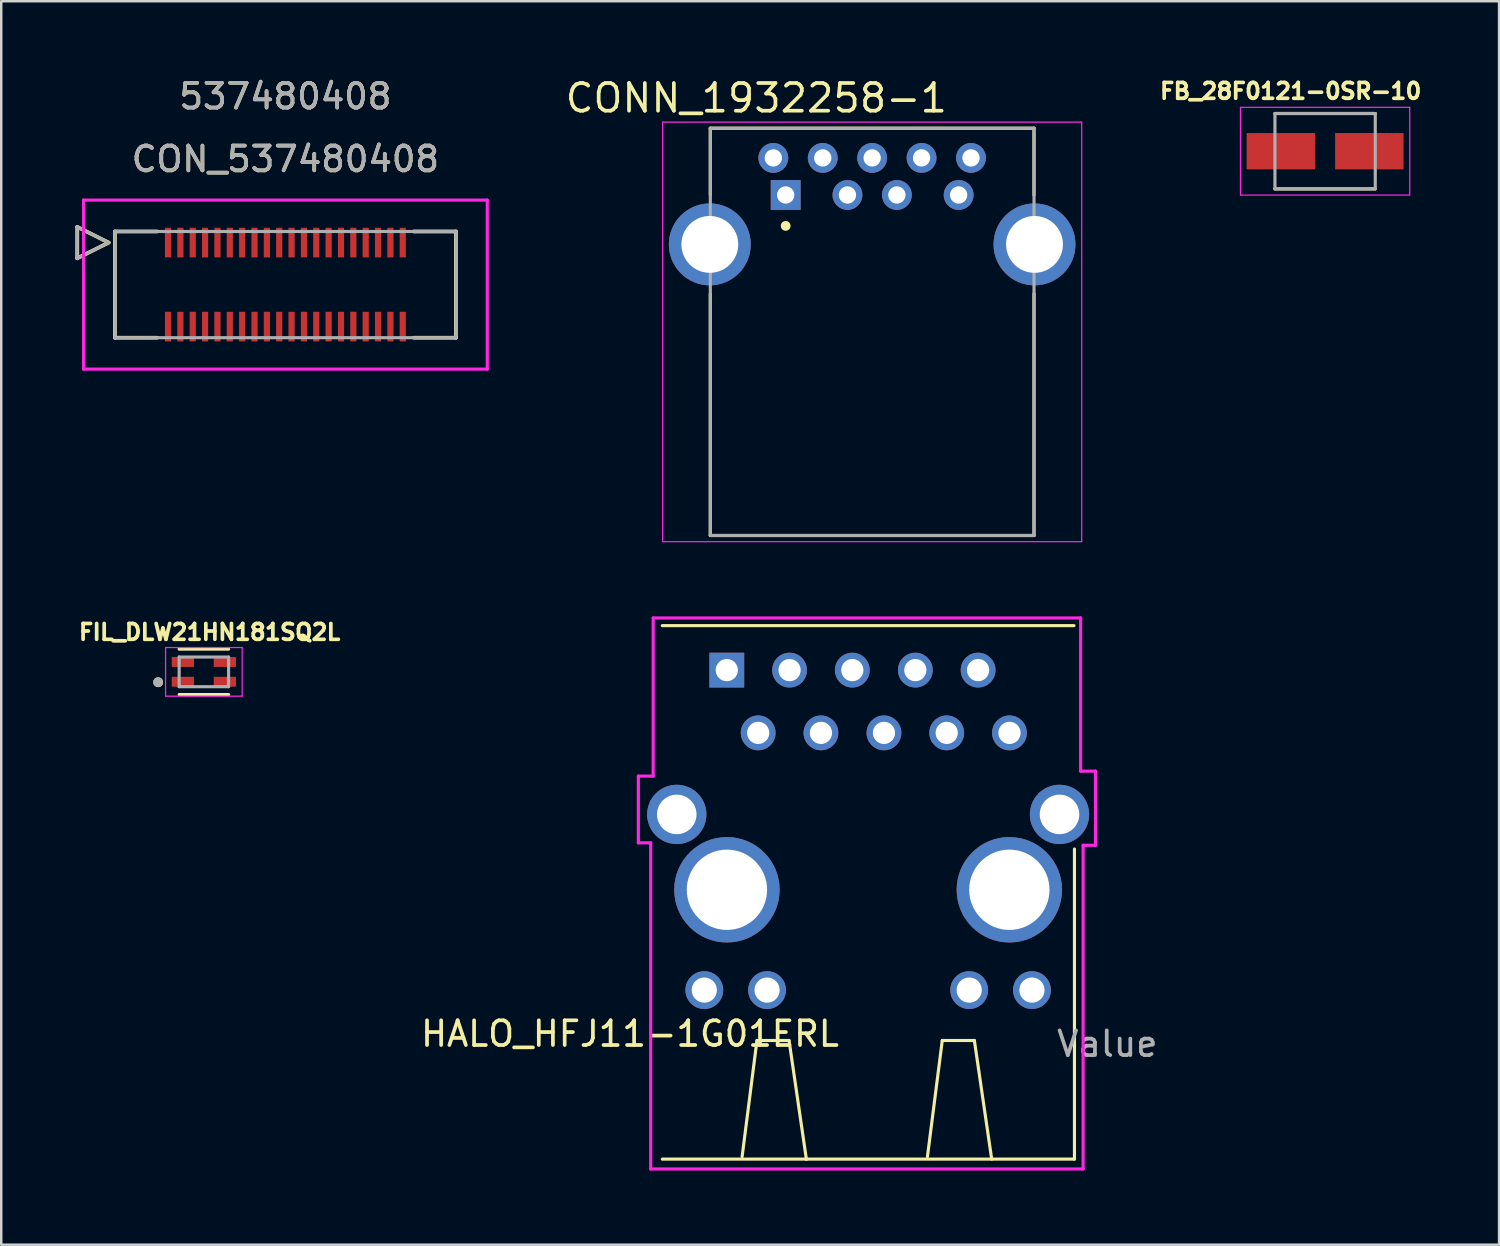
<source format=kicad_pcb>
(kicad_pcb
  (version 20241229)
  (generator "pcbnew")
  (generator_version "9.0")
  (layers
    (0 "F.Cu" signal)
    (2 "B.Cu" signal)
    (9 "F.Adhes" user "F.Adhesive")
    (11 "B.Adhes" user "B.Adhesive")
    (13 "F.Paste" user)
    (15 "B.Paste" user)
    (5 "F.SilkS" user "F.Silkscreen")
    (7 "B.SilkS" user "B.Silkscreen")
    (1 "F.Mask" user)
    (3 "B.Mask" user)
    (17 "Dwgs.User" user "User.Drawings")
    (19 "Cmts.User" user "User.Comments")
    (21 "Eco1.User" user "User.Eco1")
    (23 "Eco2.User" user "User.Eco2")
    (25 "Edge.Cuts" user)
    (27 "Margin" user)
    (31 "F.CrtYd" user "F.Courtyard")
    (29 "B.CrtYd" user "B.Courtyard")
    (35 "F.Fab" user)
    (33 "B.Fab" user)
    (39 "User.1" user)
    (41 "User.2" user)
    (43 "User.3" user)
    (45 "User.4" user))
  (footprint "HALO_HFJ11-1G01ERL"
    (layer "F.Cu")
    (at 32.084 32.96)
    (property "Reference" "HALO_HFJ11-1G01ERL" (at -9.638 5.827 180) (layer "F.SilkS") (effects (font (size 1 1) (thickness 0.15))))
    (attr through_hole)
    (fp_line (start -8.33 -10.69) (end 8.33 -10.69) (stroke (width 0.127) (type solid)) (layer "F.SilkS"))
    (fp_line (start -8.33 10.9) (end -2.5 10.9) (stroke (width 0.127) (type solid)) (layer "F.SilkS"))
    (fp_line (start -5.1 10.8) (end -4.5 6.1) (stroke (width 0.127) (type solid)) (layer "F.SilkS"))
    (fp_line (start -4.5 6.1) (end -3.2 6.1) (stroke (width 0.127) (type solid)) (layer "F.SilkS"))
    (fp_line (start -3.2 6.1) (end -2.5 10.9) (stroke (width 0.127) (type solid)) (layer "F.SilkS"))
    (fp_line (start -2.5 10.9) (end 8.35 10.9) (stroke (width 0.127) (type solid)) (layer "F.SilkS"))
    (fp_line (start 2.4 10.8) (end 3 6.1) (stroke (width 0.127) (type solid)) (layer "F.SilkS"))
    (fp_line (start 3 6.1) (end 4.3 6.1) (stroke (width 0.127) (type solid)) (layer "F.SilkS"))
    (fp_line (start 4.3 6.1) (end 5 10.9) (stroke (width 0.127) (type solid)) (layer "F.SilkS"))
    (fp_line (start 8.35 10.9) (end 8.35 -1.65) (stroke (width 0.127) (type solid)) (layer "F.SilkS"))
    (fp_line (start -9.3 -4.6) (end -9.3 -1.9) (stroke (width 0.127) (type solid)) (layer "F.CrtYd"))
    (fp_line (start -9.3 -1.9) (end -8.8 -1.9) (stroke (width 0.127) (type solid)) (layer "F.CrtYd"))
    (fp_line (start -8.8 -1.9) (end -8.8 11.3) (stroke (width 0.127) (type solid)) (layer "F.CrtYd"))
    (fp_line (start -8.8 11.3) (end 8.7 11.3) (stroke (width 0.127) (type solid)) (layer "F.CrtYd"))
    (fp_line (start -8.7 -11) (end -8.7 -4.6) (stroke (width 0.127) (type solid)) (layer "F.CrtYd"))
    (fp_line (start -8.7 -11) (end 8.6 -11) (stroke (width 0.127) (type solid)) (layer "F.CrtYd"))
    (fp_line (start -8.7 -4.6) (end -9.3 -4.6) (stroke (width 0.127) (type solid)) (layer "F.CrtYd"))
    (fp_line (start 8.6 -11) (end 8.6 -4.8) (stroke (width 0.127) (type solid)) (layer "F.CrtYd"))
    (fp_line (start 8.6 -4.8) (end 9.2 -4.8) (stroke (width 0.127) (type solid)) (layer "F.CrtYd"))
    (fp_line (start 8.7 -1.8) (end 9.2 -1.8) (stroke (width 0.127) (type solid)) (layer "F.CrtYd"))
    (fp_line (start 8.7 11.3) (end 8.7 -1.8) (stroke (width 0.127) (type solid)) (layer "F.CrtYd"))
    (fp_line (start 9.2 -1.8) (end 9.2 -4.8) (stroke (width 0.127) (type solid)) (layer "F.CrtYd"))
    (fp_text user "Value" (at 9.68 6.235 180) (layer "F.Fab") (effects (font (size 1.002 1.002) (thickness 0.15))))
    (pad "1" thru_hole rect (at -5.72 -8.89) (size 1.408 1.408) (drill 0.9) (layers "*.Cu" "*.Mask"))
    (pad "2" thru_hole circle (at -4.45 -6.35) (size 1.408 1.408) (drill 0.9) (layers "*.Cu" "*.Mask"))
    (pad "3" thru_hole circle (at -3.18 -8.89) (size 1.408 1.408) (drill 0.9) (layers "*.Cu" "*.Mask"))
    (pad "4" thru_hole circle (at -1.91 -6.35) (size 1.408 1.408) (drill 0.9) (layers "*.Cu" "*.Mask"))
    (pad "5" thru_hole circle (at -0.64 -8.89) (size 1.408 1.408) (drill 0.9) (layers "*.Cu" "*.Mask"))
    (pad "6" thru_hole circle (at 0.64 -6.35) (size 1.408 1.408) (drill 0.9) (layers "*.Cu" "*.Mask"))
    (pad "7" thru_hole circle (at 1.91 -8.89) (size 1.408 1.408) (drill 0.9) (layers "*.Cu" "*.Mask"))
    (pad "8" thru_hole circle (at 3.18 -6.35) (size 1.408 1.408) (drill 0.9) (layers "*.Cu" "*.Mask"))
    (pad "9" thru_hole circle (at 4.45 -8.89) (size 1.408 1.408) (drill 0.9) (layers "*.Cu" "*.Mask"))
    (pad "10" thru_hole circle (at 5.72 -6.35) (size 1.408 1.408) (drill 0.9) (layers "*.Cu" "*.Mask"))
    (pad "11" thru_hole circle (at -6.63 4.06) (size 1.53 1.53) (drill 1.02) (layers "*.Cu" "*.Mask"))
    (pad "12" thru_hole circle (at -4.09 4.06) (size 1.53 1.53) (drill 1.02) (layers "*.Cu" "*.Mask"))
    (pad "13" thru_hole circle (at 4.09 4.06) (size 1.53 1.53) (drill 1.02) (layers "*.Cu" "*.Mask"))
    (pad "14" thru_hole circle (at 6.63 4.06) (size 1.53 1.53) (drill 1.02) (layers "*.Cu" "*.Mask"))
    (pad "P$15" thru_hole circle (at -5.715 0) (size 4.266 4.266) (drill 3.25) (layers "*.Cu" "*.Mask"))
    (pad "P$16" thru_hole circle (at 5.715 0) (size 4.266 4.266) (drill 3.25) (layers "*.Cu" "*.Mask"))
    (pad "P$17" thru_hole circle (at -7.745 -3.05) (size 2.4 2.4) (drill 1.6) (layers "*.Cu" "*.Mask"))
    (pad "P$18" thru_hole circle (at 7.745 -3.05) (size 2.4 2.4) (drill 1.6) (layers "*.Cu" "*.Mask")))
  (footprint "CON_537480408"
    (layer "F.Cu")
    (at 8.5 8.468)
    (property "Reference" "CON_537480408" (at 0 -5.08 0) (unlocked yes) (layer "F.SilkS") (effects (font (size 1 1) (thickness 0.15))))
    (attr smd)
    (fp_line (start -8.424 -2.335) (end -8.424 -1.065) (stroke (width 0.152) (type solid)) (layer "F.SilkS"))
    (fp_line (start -8.424 -1.065) (end -7.154 -1.7) (stroke (width 0.152) (type solid)) (layer "F.SilkS"))
    (fp_line (start -7.154 -1.7) (end -8.424 -2.335) (stroke (width 0.152) (type solid)) (layer "F.SilkS"))
    (fp_line (start -6.9 -2.15) (end -6.9 2.15) (stroke (width 0.152) (type solid)) (layer "F.SilkS"))
    (fp_line (start -6.9 2.15) (end -5.195 2.15) (stroke (width 0.152) (type solid)) (layer "F.SilkS"))
    (fp_line (start -5.195 -2.15) (end -6.9 -2.15) (stroke (width 0.152) (type solid)) (layer "F.SilkS"))
    (fp_line (start 5.195 2.15) (end 6.9 2.15) (stroke (width 0.152) (type solid)) (layer "F.SilkS"))
    (fp_line (start 6.9 -2.15) (end 5.195 -2.15) (stroke (width 0.152) (type solid)) (layer "F.SilkS"))
    (fp_line (start 6.9 2.15) (end 6.9 -2.15) (stroke (width 0.152) (type solid)) (layer "F.SilkS"))
    (fp_line (start -8.17 -3.42) (end -8.17 3.42) (stroke (width 0.127) (type solid)) (layer "F.CrtYd"))
    (fp_line (start -8.17 3.42) (end 8.17 3.42) (stroke (width 0.127) (type solid)) (layer "F.CrtYd"))
    (fp_line (start 8.17 -3.42) (end -8.17 -3.42) (stroke (width 0.127) (type solid)) (layer "F.CrtYd"))
    (fp_line (start 8.17 3.42) (end 8.17 -3.42) (stroke (width 0.127) (type solid)) (layer "F.CrtYd"))
    (fp_line (start -8.424 -2.335) (end -8.424 -1.065) (stroke (width 0.127) (type solid)) (layer "F.Fab"))
    (fp_line (start -8.424 -1.065) (end -7.154 -1.7) (stroke (width 0.127) (type solid)) (layer "F.Fab"))
    (fp_line (start -7.154 -1.7) (end -8.424 -2.335) (stroke (width 0.127) (type solid)) (layer "F.Fab"))
    (fp_line (start -6.9 -2.15) (end -6.9 2.15) (stroke (width 0.127) (type solid)) (layer "F.Fab"))
    (fp_line (start -6.9 2.15) (end 6.9 2.15) (stroke (width 0.127) (type solid)) (layer "F.Fab"))
    (fp_line (start 6.9 -2.15) (end -6.9 -2.15) (stroke (width 0.127) (type solid)) (layer "F.Fab"))
    (fp_line (start 6.9 2.15) (end 6.9 -2.15) (stroke (width 0.127) (type solid)) (layer "F.Fab"))
    (fp_text user "537480408" (at 0 -7.62 0) (unlocked yes) (layer "F.SilkS") (effects (font (size 1 1) (thickness 0.15))))
    (fp_text user "537480408" (at 0 -7.62 0) (unlocked yes) (layer "F.Fab") (effects (font (size 1 1) (thickness 0.15))))
    (fp_text user "${REFERENCE}" (at 0 -5.08 0) (unlocked yes) (layer "F.Fab") (effects (font (size 1 1) (thickness 0.15))))
    (pad "1" smd rect (at -4.75 -1.7) (size 0.25 1.2) (layers "F.Cu" "F.Mask" "F.Paste"))
    (pad "2" smd rect (at -4.25 -1.7) (size 0.25 1.2) (layers "F.Cu" "F.Mask" "F.Paste"))
    (pad "3" smd rect (at -3.75 -1.7) (size 0.25 1.2) (layers "F.Cu" "F.Mask" "F.Paste"))
    (pad "4" smd rect (at -3.25 -1.7) (size 0.25 1.2) (layers "F.Cu" "F.Mask" "F.Paste"))
    (pad "5" smd rect (at -2.75 -1.7) (size 0.25 1.2) (layers "F.Cu" "F.Mask" "F.Paste"))
    (pad "6" smd rect (at -2.25 -1.7) (size 0.25 1.2) (layers "F.Cu" "F.Mask" "F.Paste"))
    (pad "7" smd rect (at -1.75 -1.7) (size 0.25 1.2) (layers "F.Cu" "F.Mask" "F.Paste"))
    (pad "8" smd rect (at -1.25 -1.7) (size 0.25 1.2) (layers "F.Cu" "F.Mask" "F.Paste"))
    (pad "9" smd rect (at -0.75 -1.7) (size 0.25 1.2) (layers "F.Cu" "F.Mask" "F.Paste"))
    (pad "10" smd rect (at -0.25 -1.7) (size 0.25 1.2) (layers "F.Cu" "F.Mask" "F.Paste"))
    (pad "11" smd rect (at 0.25 -1.7) (size 0.25 1.2) (layers "F.Cu" "F.Mask" "F.Paste"))
    (pad "12" smd rect (at 0.75 -1.7) (size 0.25 1.2) (layers "F.Cu" "F.Mask" "F.Paste"))
    (pad "13" smd rect (at 1.25 -1.7) (size 0.25 1.2) (layers "F.Cu" "F.Mask" "F.Paste"))
    (pad "14" smd rect (at 1.75 -1.7) (size 0.25 1.2) (layers "F.Cu" "F.Mask" "F.Paste"))
    (pad "15" smd rect (at 2.25 -1.7) (size 0.25 1.2) (layers "F.Cu" "F.Mask" "F.Paste"))
    (pad "16" smd rect (at 2.75 -1.7) (size 0.25 1.2) (layers "F.Cu" "F.Mask" "F.Paste"))
    (pad "17" smd rect (at 3.25 -1.7) (size 0.25 1.2) (layers "F.Cu" "F.Mask" "F.Paste"))
    (pad "18" smd rect (at 3.75 -1.7) (size 0.25 1.2) (layers "F.Cu" "F.Mask" "F.Paste"))
    (pad "19" smd rect (at 4.25 -1.7) (size 0.25 1.2) (layers "F.Cu" "F.Mask" "F.Paste"))
    (pad "20" smd rect (at 4.75 -1.7) (size 0.25 1.2) (layers "F.Cu" "F.Mask" "F.Paste"))
    (pad "21" smd rect (at -4.75 1.7) (size 0.25 1.2) (layers "F.Cu" "F.Mask" "F.Paste"))
    (pad "22" smd rect (at -4.25 1.7) (size 0.25 1.2) (layers "F.Cu" "F.Mask" "F.Paste"))
    (pad "23" smd rect (at -3.75 1.7) (size 0.25 1.2) (layers "F.Cu" "F.Mask" "F.Paste"))
    (pad "24" smd rect (at -3.25 1.7) (size 0.25 1.2) (layers "F.Cu" "F.Mask" "F.Paste"))
    (pad "25" smd rect (at -2.75 1.7) (size 0.25 1.2) (layers "F.Cu" "F.Mask" "F.Paste"))
    (pad "26" smd rect (at -2.25 1.7) (size 0.25 1.2) (layers "F.Cu" "F.Mask" "F.Paste"))
    (pad "27" smd rect (at -1.75 1.7) (size 0.25 1.2) (layers "F.Cu" "F.Mask" "F.Paste"))
    (pad "28" smd rect (at -1.25 1.7) (size 0.25 1.2) (layers "F.Cu" "F.Mask" "F.Paste"))
    (pad "29" smd rect (at -0.75 1.7) (size 0.25 1.2) (layers "F.Cu" "F.Mask" "F.Paste"))
    (pad "30" smd rect (at -0.25 1.7) (size 0.25 1.2) (layers "F.Cu" "F.Mask" "F.Paste"))
    (pad "31" smd rect (at 0.25 1.7) (size 0.25 1.2) (layers "F.Cu" "F.Mask" "F.Paste"))
    (pad "32" smd rect (at 0.75 1.7) (size 0.25 1.2) (layers "F.Cu" "F.Mask" "F.Paste"))
    (pad "33" smd rect (at 1.25 1.7) (size 0.25 1.2) (layers "F.Cu" "F.Mask" "F.Paste"))
    (pad "34" smd rect (at 1.75 1.7) (size 0.25 1.2) (layers "F.Cu" "F.Mask" "F.Paste"))
    (pad "35" smd rect (at 2.25 1.7) (size 0.25 1.2) (layers "F.Cu" "F.Mask" "F.Paste"))
    (pad "36" smd rect (at 2.75 1.7) (size 0.25 1.2) (layers "F.Cu" "F.Mask" "F.Paste"))
    (pad "37" smd rect (at 3.25 1.7) (size 0.25 1.2) (layers "F.Cu" "F.Mask" "F.Paste"))
    (pad "38" smd rect (at 3.75 1.7) (size 0.25 1.2) (layers "F.Cu" "F.Mask" "F.Paste"))
    (pad "39" smd rect (at 4.25 1.7) (size 0.25 1.2) (layers "F.Cu" "F.Mask" "F.Paste"))
    (pad "40" smd rect (at 4.75 1.7) (size 0.25 1.2) (layers "F.Cu" "F.Mask" "F.Paste")))
  (footprint "FIL_DLW21HN181SQ2L"
    (layer "F.Cu")
    (at 5.201 24.14)
    (property "Reference" "FIL_DLW21HN181SQ2L" (at 0.232 -1.606 0) (layer "F.SilkS") (effects (font (size 0.64 0.64) (thickness 0.15))))
    (attr smd)
    (fp_line (start -1 -0.92) (end 1 -0.92) (stroke (width 0.127) (type solid)) (layer "F.SilkS"))
    (fp_line (start 1 0.92) (end -1 0.92) (stroke (width 0.127) (type solid)) (layer "F.SilkS"))
    (fp_circle (center -1.85 0.42) (end -1.75 0.42) (stroke (width 0.2) (type solid)) (fill no) (layer "F.SilkS"))
    (fp_poly (pts (xy -1.3 -0.6) (xy -0.4 -0.6) (xy -0.4 -0.25) (xy -1.3 -0.25)) (stroke (width 0.01) (type solid)) (fill yes) (layer "F.Paste"))
    (fp_poly (pts (xy -1.3 0.25) (xy -0.4 0.25) (xy -0.4 0.6) (xy -1.3 0.6)) (stroke (width 0.01) (type solid)) (fill yes) (layer "F.Paste"))
    (fp_poly (pts (xy 0.4 -0.6) (xy 1.3 -0.6) (xy 1.3 -0.25) (xy 0.4 -0.25)) (stroke (width 0.01) (type solid)) (fill yes) (layer "F.Paste"))
    (fp_poly (pts (xy 0.4 0.25) (xy 1.3 0.25) (xy 1.3 0.6) (xy 0.4 0.6)) (stroke (width 0.01) (type solid)) (fill yes) (layer "F.Paste"))
    (fp_line (start -1.55 -0.984) (end 1.55 -0.984) (stroke (width 0.05) (type solid)) (layer "F.CrtYd"))
    (fp_line (start -1.55 0.984) (end -1.55 -0.984) (stroke (width 0.05) (type solid)) (layer "F.CrtYd"))
    (fp_line (start 1.55 -0.984) (end 1.55 0.984) (stroke (width 0.05) (type solid)) (layer "F.CrtYd"))
    (fp_line (start 1.55 0.984) (end -1.55 0.984) (stroke (width 0.05) (type solid)) (layer "F.CrtYd"))
    (fp_line (start -1 -0.6) (end 1 -0.6) (stroke (width 0.127) (type solid)) (layer "F.Fab"))
    (fp_line (start -1 0.6) (end -1 -0.6) (stroke (width 0.127) (type solid)) (layer "F.Fab"))
    (fp_line (start 1 -0.6) (end 1 0.6) (stroke (width 0.127) (type solid)) (layer "F.Fab"))
    (fp_line (start 1 0.6) (end -1 0.6) (stroke (width 0.127) (type solid)) (layer "F.Fab"))
    (fp_circle (center -1.85 0.42) (end -1.75 0.42) (stroke (width 0.2) (type solid)) (fill no) (layer "F.Fab"))
    (pad "1" smd rect (at -0.85 0.4) (size 0.9 0.4) (layers "F.Cu" "F.Mask"))
    (pad "2" smd rect (at 0.85 0.4) (size 0.9 0.4) (layers "F.Cu" "F.Mask"))
    (pad "3" smd rect (at 0.85 -0.4) (size 0.9 0.4) (layers "F.Cu" "F.Mask"))
    (pad "4" smd rect (at -0.85 -0.4) (size 0.9 0.4) (layers "F.Cu" "F.Mask")))
  (footprint "CONN_1932258-1"
    (layer "F.Cu")
    (at 32.247 4.841)
    (property "Reference" "CONN_1932258-1" (at -4.689 -3.922 0) (layer "F.SilkS") (effects (font (size 1.121 1.121) (thickness 0.15))))
    (attr through_hole)
    (fp_line (start -6.55 -2.7) (end 6.55 -2.7) (stroke (width 0.127) (type solid)) (layer "F.SilkS"))
    (fp_line (start -6.55 -0.003) (end -6.55 -2.7) (stroke (width 0.127) (type solid)) (layer "F.SilkS"))
    (fp_line (start -6.55 13.78) (end -6.55 3.999) (stroke (width 0.127) (type solid)) (layer "F.SilkS"))
    (fp_line (start 6.55 -2.7) (end 6.55 0.004) (stroke (width 0.127) (type solid)) (layer "F.SilkS"))
    (fp_line (start 6.55 3.999) (end 6.55 13.78) (stroke (width 0.127) (type solid)) (layer "F.SilkS"))
    (fp_line (start 6.55 13.78) (end -6.55 13.78) (stroke (width 0.127) (type solid)) (layer "F.SilkS"))
    (fp_circle (center -3.5 1.25) (end -3.4 1.25) (stroke (width 0.2) (type solid)) (fill no) (layer "F.SilkS"))
    (fp_line (start -8.48 -2.95) (end -8.48 14.03) (stroke (width 0.05) (type solid)) (layer "F.CrtYd"))
    (fp_line (start -8.48 14.03) (end 8.48 14.03) (stroke (width 0.05) (type solid)) (layer "F.CrtYd"))
    (fp_line (start 8.48 -2.95) (end -8.48 -2.95) (stroke (width 0.05) (type solid)) (layer "F.CrtYd"))
    (fp_line (start 8.48 14.03) (end 8.48 -2.95) (stroke (width 0.05) (type solid)) (layer "F.CrtYd"))
    (fp_line (start -6.55 -2.7) (end 6.55 -2.7) (stroke (width 0.127) (type solid)) (layer "F.Fab"))
    (fp_line (start -6.55 13.78) (end -6.55 -2.7) (stroke (width 0.127) (type solid)) (layer "F.Fab"))
    (fp_line (start 6.55 -2.7) (end 6.55 13.78) (stroke (width 0.127) (type solid)) (layer "F.Fab"))
    (fp_line (start 6.55 13.78) (end -6.55 13.78) (stroke (width 0.127) (type solid)) (layer "F.Fab"))
    (pad "1" thru_hole rect (at -3.5 0) (size 1.208 1.208) (drill 0.7) (layers "*.Cu" "*.Mask"))
    (pad "2" thru_hole circle (at -1 0) (size 1.208 1.208) (drill 0.7) (layers "*.Cu" "*.Mask"))
    (pad "3" thru_hole circle (at 1 0) (size 1.208 1.208) (drill 0.7) (layers "*.Cu" "*.Mask"))
    (pad "4" thru_hole circle (at 3.5 0) (size 1.208 1.208) (drill 0.7) (layers "*.Cu" "*.Mask"))
    (pad "5" thru_hole circle (at 4 -1.5) (size 1.208 1.208) (drill 0.7) (layers "*.Cu" "*.Mask"))
    (pad "6" thru_hole circle (at 2 -1.5) (size 1.208 1.208) (drill 0.7) (layers "*.Cu" "*.Mask"))
    (pad "7" thru_hole circle (at 0 -1.5) (size 1.208 1.208) (drill 0.7) (layers "*.Cu" "*.Mask"))
    (pad "8" thru_hole circle (at -2 -1.5) (size 1.208 1.208) (drill 0.7) (layers "*.Cu" "*.Mask"))
    (pad "9" thru_hole circle (at -4 -1.5) (size 1.208 1.208) (drill 0.7) (layers "*.Cu" "*.Mask"))
    (pad "S1" thru_hole circle (at -6.57 2) (size 3.316 3.316) (drill 2.3) (layers "*.Cu" "*.Mask"))
    (pad "S2" thru_hole circle (at 6.57 2) (size 3.316 3.316) (drill 2.3) (layers "*.Cu" "*.Mask")))
  (footprint "FB_28F0121-0SR-10"
    (layer "F.Cu")
    (at 50.578 3.069)
    (property "Reference" "FB_28F0121-0SR-10" (at -1.393 -2.431 0) (layer "F.SilkS") (effects (font (size 0.64 0.64) (thickness 0.15))))
    (attr smd)
    (fp_line (start -2.03 -1.525) (end 2.03 -1.525) (stroke (width 0.127) (type solid)) (layer "F.SilkS"))
    (fp_line (start -2.03 1.525) (end 2.03 1.525) (stroke (width 0.127) (type solid)) (layer "F.SilkS"))
    (fp_line (start -3.425 -1.775) (end -3.425 1.775) (stroke (width 0.05) (type solid)) (layer "F.CrtYd"))
    (fp_line (start -3.425 1.775) (end 3.425 1.775) (stroke (width 0.05) (type solid)) (layer "F.CrtYd"))
    (fp_line (start 3.425 -1.775) (end -3.425 -1.775) (stroke (width 0.05) (type solid)) (layer "F.CrtYd"))
    (fp_line (start 3.425 1.775) (end 3.425 -1.775) (stroke (width 0.05) (type solid)) (layer "F.CrtYd"))
    (fp_line (start -2.03 -1.525) (end -2.03 1.525) (stroke (width 0.127) (type solid)) (layer "F.Fab"))
    (fp_line (start -2.03 -1.525) (end 2.03 -1.525) (stroke (width 0.127) (type solid)) (layer "F.Fab"))
    (fp_line (start -2.03 1.525) (end 2.03 1.525) (stroke (width 0.127) (type solid)) (layer "F.Fab"))
    (fp_line (start 2.03 -1.525) (end 2.03 1.525) (stroke (width 0.127) (type solid)) (layer "F.Fab"))
    (pad "1" smd rect (at -1.79 0) (size 2.77 1.47) (layers "F.Cu" "F.Mask" "F.Paste"))
    (pad "2" smd rect (at 1.79 0) (size 2.77 1.47) (layers "F.Cu" "F.Mask" "F.Paste")))
  (gr_rect
    (start -3 -3)
    (end 57.618 47.323)
    (stroke (width 0.1) (type default))
    (fill no)
    (layer "Edge.Cuts")))
</source>
